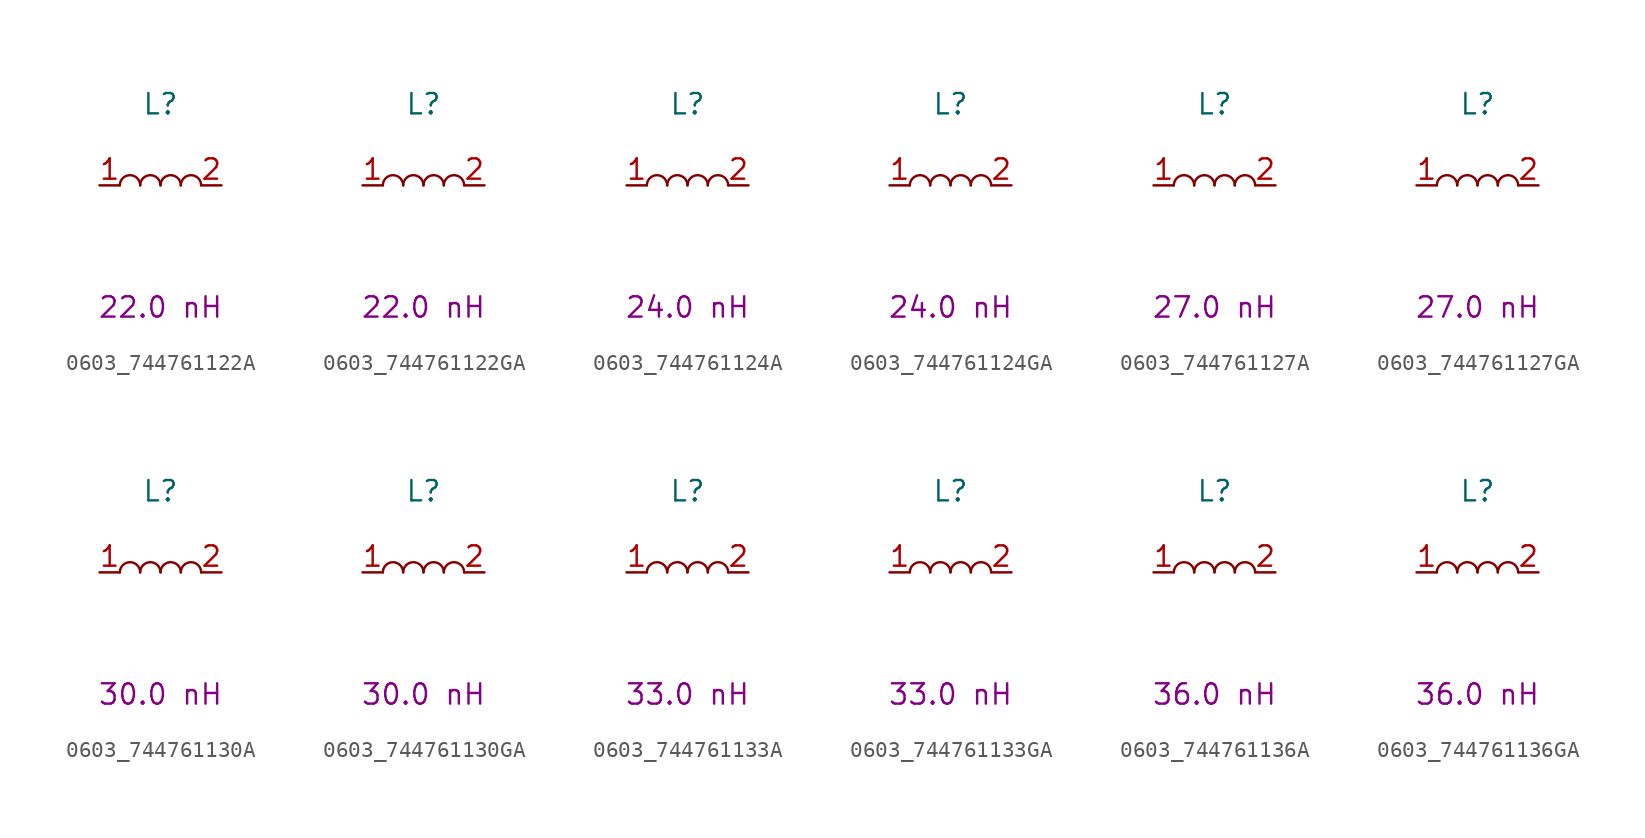
<source format=kicad_sym>
(kicad_symbol_lib
  (version 20220914)
  (generator kicad_symbol_editor)
  (symbol "0603_744761122A"
    (pin_names hide)
    (property "Reference" "L"
      (at 0 5.08 0)
      (effects (font (size 1.27 1.27))))
    (property "Critical Parameter" "22.0 nH"
      (at 0 -7.62 0)
      (effects (font (size 1.27 1.27))))
    (symbol "0603_744761122A_0_1"
      (arc (start -1.27 0) (mid -1.905 0.6323) (end -2.54 0) (stroke (width 0) (type default)) (fill (type none)))
      (arc (start 0 0) (mid -0.635 0.6323) (end -1.27 0) (stroke (width 0) (type default)) (fill (type none)))
      (arc (start 1.27 0) (mid 0.635 0.6323) (end 0 0) (stroke (width 0) (type default)) (fill (type none)))
      (arc (start 2.54 0) (mid 1.905 0.6323) (end 1.27 0) (stroke (width 0) (type default)) (fill (type none))))
    (symbol "0603_744761122A_1_1"
      (pin passive line (at -3.81 0 0) (length 1.27) (name "1" (effects (font (size 1.27 1.27)))) (number "1" (effects (font (size 1.27 1.27)))))
      (pin passive line (at 3.81 0 180) (length 1.27) (name "2" (effects (font (size 1.27 1.27)))) (number "2" (effects (font (size 1.27 1.27)))))))
  (symbol "0603_744761122GA"
    (pin_names hide)
    (property "Reference" "L"
      (at 0 5.08 0)
      (effects (font (size 1.27 1.27))))
    (property "Critical Parameter" "22.0 nH"
      (at 0 -7.62 0)
      (effects (font (size 1.27 1.27))))
    (symbol "0603_744761122GA_0_1"
      (arc (start -1.27 0) (mid -1.905 0.6323) (end -2.54 0) (stroke (width 0) (type default)) (fill (type none)))
      (arc (start 0 0) (mid -0.635 0.6323) (end -1.27 0) (stroke (width 0) (type default)) (fill (type none)))
      (arc (start 1.27 0) (mid 0.635 0.6323) (end 0 0) (stroke (width 0) (type default)) (fill (type none)))
      (arc (start 2.54 0) (mid 1.905 0.6323) (end 1.27 0) (stroke (width 0) (type default)) (fill (type none))))
    (symbol "0603_744761122GA_1_1"
      (pin passive line (at -3.81 0 0) (length 1.27) (name "1" (effects (font (size 1.27 1.27)))) (number "1" (effects (font (size 1.27 1.27)))))
      (pin passive line (at 3.81 0 180) (length 1.27) (name "2" (effects (font (size 1.27 1.27)))) (number "2" (effects (font (size 1.27 1.27)))))))
  (symbol "0603_744761124A"
    (pin_names hide)
    (property "Reference" "L"
      (at 0 5.08 0)
      (effects (font (size 1.27 1.27))))
    (property "Critical Parameter" "24.0 nH"
      (at 0 -7.62 0)
      (effects (font (size 1.27 1.27))))
    (symbol "0603_744761124A_0_1"
      (arc (start -1.27 0) (mid -1.905 0.6323) (end -2.54 0) (stroke (width 0) (type default)) (fill (type none)))
      (arc (start 0 0) (mid -0.635 0.6323) (end -1.27 0) (stroke (width 0) (type default)) (fill (type none)))
      (arc (start 1.27 0) (mid 0.635 0.6323) (end 0 0) (stroke (width 0) (type default)) (fill (type none)))
      (arc (start 2.54 0) (mid 1.905 0.6323) (end 1.27 0) (stroke (width 0) (type default)) (fill (type none))))
    (symbol "0603_744761124A_1_1"
      (pin passive line (at -3.81 0 0) (length 1.27) (name "1" (effects (font (size 1.27 1.27)))) (number "1" (effects (font (size 1.27 1.27)))))
      (pin passive line (at 3.81 0 180) (length 1.27) (name "2" (effects (font (size 1.27 1.27)))) (number "2" (effects (font (size 1.27 1.27)))))))
  (symbol "0603_744761124GA"
    (pin_names hide)
    (property "Reference" "L"
      (at 0 5.08 0)
      (effects (font (size 1.27 1.27))))
    (property "Critical Parameter" "24.0 nH"
      (at 0 -7.62 0)
      (effects (font (size 1.27 1.27))))
    (symbol "0603_744761124GA_0_1"
      (arc (start -1.27 0) (mid -1.905 0.6323) (end -2.54 0) (stroke (width 0) (type default)) (fill (type none)))
      (arc (start 0 0) (mid -0.635 0.6323) (end -1.27 0) (stroke (width 0) (type default)) (fill (type none)))
      (arc (start 1.27 0) (mid 0.635 0.6323) (end 0 0) (stroke (width 0) (type default)) (fill (type none)))
      (arc (start 2.54 0) (mid 1.905 0.6323) (end 1.27 0) (stroke (width 0) (type default)) (fill (type none))))
    (symbol "0603_744761124GA_1_1"
      (pin passive line (at -3.81 0 0) (length 1.27) (name "1" (effects (font (size 1.27 1.27)))) (number "1" (effects (font (size 1.27 1.27)))))
      (pin passive line (at 3.81 0 180) (length 1.27) (name "2" (effects (font (size 1.27 1.27)))) (number "2" (effects (font (size 1.27 1.27)))))))
  (symbol "0603_744761127A"
    (pin_names hide)
    (property "Reference" "L"
      (at 0 5.08 0)
      (effects (font (size 1.27 1.27))))
    (property "Critical Parameter" "27.0 nH"
      (at 0 -7.62 0)
      (effects (font (size 1.27 1.27))))
    (symbol "0603_744761127A_0_1"
      (arc (start -1.27 0) (mid -1.905 0.6323) (end -2.54 0) (stroke (width 0) (type default)) (fill (type none)))
      (arc (start 0 0) (mid -0.635 0.6323) (end -1.27 0) (stroke (width 0) (type default)) (fill (type none)))
      (arc (start 1.27 0) (mid 0.635 0.6323) (end 0 0) (stroke (width 0) (type default)) (fill (type none)))
      (arc (start 2.54 0) (mid 1.905 0.6323) (end 1.27 0) (stroke (width 0) (type default)) (fill (type none))))
    (symbol "0603_744761127A_1_1"
      (pin passive line (at -3.81 0 0) (length 1.27) (name "1" (effects (font (size 1.27 1.27)))) (number "1" (effects (font (size 1.27 1.27)))))
      (pin passive line (at 3.81 0 180) (length 1.27) (name "2" (effects (font (size 1.27 1.27)))) (number "2" (effects (font (size 1.27 1.27)))))))
  (symbol "0603_744761127GA"
    (pin_names hide)
    (property "Reference" "L"
      (at 0 5.08 0)
      (effects (font (size 1.27 1.27))))
    (property "Critical Parameter" "27.0 nH"
      (at 0 -7.62 0)
      (effects (font (size 1.27 1.27))))
    (symbol "0603_744761127GA_0_1"
      (arc (start -1.27 0) (mid -1.905 0.6323) (end -2.54 0) (stroke (width 0) (type default)) (fill (type none)))
      (arc (start 0 0) (mid -0.635 0.6323) (end -1.27 0) (stroke (width 0) (type default)) (fill (type none)))
      (arc (start 1.27 0) (mid 0.635 0.6323) (end 0 0) (stroke (width 0) (type default)) (fill (type none)))
      (arc (start 2.54 0) (mid 1.905 0.6323) (end 1.27 0) (stroke (width 0) (type default)) (fill (type none))))
    (symbol "0603_744761127GA_1_1"
      (pin passive line (at -3.81 0 0) (length 1.27) (name "1" (effects (font (size 1.27 1.27)))) (number "1" (effects (font (size 1.27 1.27)))))
      (pin passive line (at 3.81 0 180) (length 1.27) (name "2" (effects (font (size 1.27 1.27)))) (number "2" (effects (font (size 1.27 1.27)))))))
  (symbol "0603_744761130A"
    (pin_names hide)
    (property "Reference" "L"
      (at 0 5.08 0)
      (effects (font (size 1.27 1.27))))
    (property "Critical Parameter" "30.0 nH"
      (at 0 -7.62 0)
      (effects (font (size 1.27 1.27))))
    (symbol "0603_744761130A_0_1"
      (arc (start -1.27 0) (mid -1.905 0.6323) (end -2.54 0) (stroke (width 0) (type default)) (fill (type none)))
      (arc (start 0 0) (mid -0.635 0.6323) (end -1.27 0) (stroke (width 0) (type default)) (fill (type none)))
      (arc (start 1.27 0) (mid 0.635 0.6323) (end 0 0) (stroke (width 0) (type default)) (fill (type none)))
      (arc (start 2.54 0) (mid 1.905 0.6323) (end 1.27 0) (stroke (width 0) (type default)) (fill (type none))))
    (symbol "0603_744761130A_1_1"
      (pin passive line (at -3.81 0 0) (length 1.27) (name "1" (effects (font (size 1.27 1.27)))) (number "1" (effects (font (size 1.27 1.27)))))
      (pin passive line (at 3.81 0 180) (length 1.27) (name "2" (effects (font (size 1.27 1.27)))) (number "2" (effects (font (size 1.27 1.27)))))))
  (symbol "0603_744761130GA"
    (pin_names hide)
    (property "Reference" "L"
      (at 0 5.08 0)
      (effects (font (size 1.27 1.27))))
    (property "Critical Parameter" "30.0 nH"
      (at 0 -7.62 0)
      (effects (font (size 1.27 1.27))))
    (symbol "0603_744761130GA_0_1"
      (arc (start -1.27 0) (mid -1.905 0.6323) (end -2.54 0) (stroke (width 0) (type default)) (fill (type none)))
      (arc (start 0 0) (mid -0.635 0.6323) (end -1.27 0) (stroke (width 0) (type default)) (fill (type none)))
      (arc (start 1.27 0) (mid 0.635 0.6323) (end 0 0) (stroke (width 0) (type default)) (fill (type none)))
      (arc (start 2.54 0) (mid 1.905 0.6323) (end 1.27 0) (stroke (width 0) (type default)) (fill (type none))))
    (symbol "0603_744761130GA_1_1"
      (pin passive line (at -3.81 0 0) (length 1.27) (name "1" (effects (font (size 1.27 1.27)))) (number "1" (effects (font (size 1.27 1.27)))))
      (pin passive line (at 3.81 0 180) (length 1.27) (name "2" (effects (font (size 1.27 1.27)))) (number "2" (effects (font (size 1.27 1.27)))))))
  (symbol "0603_744761133A"
    (pin_names hide)
    (property "Reference" "L"
      (at 0 5.08 0)
      (effects (font (size 1.27 1.27))))
    (property "Critical Parameter" "33.0 nH"
      (at 0 -7.62 0)
      (effects (font (size 1.27 1.27))))
    (symbol "0603_744761133A_0_1"
      (arc (start -1.27 0) (mid -1.905 0.6323) (end -2.54 0) (stroke (width 0) (type default)) (fill (type none)))
      (arc (start 0 0) (mid -0.635 0.6323) (end -1.27 0) (stroke (width 0) (type default)) (fill (type none)))
      (arc (start 1.27 0) (mid 0.635 0.6323) (end 0 0) (stroke (width 0) (type default)) (fill (type none)))
      (arc (start 2.54 0) (mid 1.905 0.6323) (end 1.27 0) (stroke (width 0) (type default)) (fill (type none))))
    (symbol "0603_744761133A_1_1"
      (pin passive line (at -3.81 0 0) (length 1.27) (name "1" (effects (font (size 1.27 1.27)))) (number "1" (effects (font (size 1.27 1.27)))))
      (pin passive line (at 3.81 0 180) (length 1.27) (name "2" (effects (font (size 1.27 1.27)))) (number "2" (effects (font (size 1.27 1.27)))))))
  (symbol "0603_744761133GA"
    (pin_names hide)
    (property "Reference" "L"
      (at 0 5.08 0)
      (effects (font (size 1.27 1.27))))
    (property "Critical Parameter" "33.0 nH"
      (at 0 -7.62 0)
      (effects (font (size 1.27 1.27))))
    (symbol "0603_744761133GA_0_1"
      (arc (start -1.27 0) (mid -1.905 0.6323) (end -2.54 0) (stroke (width 0) (type default)) (fill (type none)))
      (arc (start 0 0) (mid -0.635 0.6323) (end -1.27 0) (stroke (width 0) (type default)) (fill (type none)))
      (arc (start 1.27 0) (mid 0.635 0.6323) (end 0 0) (stroke (width 0) (type default)) (fill (type none)))
      (arc (start 2.54 0) (mid 1.905 0.6323) (end 1.27 0) (stroke (width 0) (type default)) (fill (type none))))
    (symbol "0603_744761133GA_1_1"
      (pin passive line (at -3.81 0 0) (length 1.27) (name "1" (effects (font (size 1.27 1.27)))) (number "1" (effects (font (size 1.27 1.27)))))
      (pin passive line (at 3.81 0 180) (length 1.27) (name "2" (effects (font (size 1.27 1.27)))) (number "2" (effects (font (size 1.27 1.27)))))))
  (symbol "0603_744761136A"
    (pin_names hide)
    (property "Reference" "L"
      (at 0 5.08 0)
      (effects (font (size 1.27 1.27))))
    (property "Critical Parameter" "36.0 nH"
      (at 0 -7.62 0)
      (effects (font (size 1.27 1.27))))
    (symbol "0603_744761136A_0_1"
      (arc (start -1.27 0) (mid -1.905 0.6323) (end -2.54 0) (stroke (width 0) (type default)) (fill (type none)))
      (arc (start 0 0) (mid -0.635 0.6323) (end -1.27 0) (stroke (width 0) (type default)) (fill (type none)))
      (arc (start 1.27 0) (mid 0.635 0.6323) (end 0 0) (stroke (width 0) (type default)) (fill (type none)))
      (arc (start 2.54 0) (mid 1.905 0.6323) (end 1.27 0) (stroke (width 0) (type default)) (fill (type none))))
    (symbol "0603_744761136A_1_1"
      (pin passive line (at -3.81 0 0) (length 1.27) (name "1" (effects (font (size 1.27 1.27)))) (number "1" (effects (font (size 1.27 1.27)))))
      (pin passive line (at 3.81 0 180) (length 1.27) (name "2" (effects (font (size 1.27 1.27)))) (number "2" (effects (font (size 1.27 1.27)))))))
  (symbol "0603_744761136GA"
    (pin_names hide)
    (property "Reference" "L"
      (at 0 5.08 0)
      (effects (font (size 1.27 1.27))))
    (property "Critical Parameter" "36.0 nH"
      (at 0 -7.62 0)
      (effects (font (size 1.27 1.27))))
    (symbol "0603_744761136GA_0_1"
      (arc (start -1.27 0) (mid -1.905 0.6323) (end -2.54 0) (stroke (width 0) (type default)) (fill (type none)))
      (arc (start 0 0) (mid -0.635 0.6323) (end -1.27 0) (stroke (width 0) (type default)) (fill (type none)))
      (arc (start 1.27 0) (mid 0.635 0.6323) (end 0 0) (stroke (width 0) (type default)) (fill (type none)))
      (arc (start 2.54 0) (mid 1.905 0.6323) (end 1.27 0) (stroke (width 0) (type default)) (fill (type none))))
    (symbol "0603_744761136GA_1_1"
      (pin passive line (at -3.81 0 0) (length 1.27) (name "1" (effects (font (size 1.27 1.27)))) (number "1" (effects (font (size 1.27 1.27)))))
      (pin passive line (at 3.81 0 180) (length 1.27) (name "2" (effects (font (size 1.27 1.27)))) (number "2" (effects (font (size 1.27 1.27))))))))
</source>
